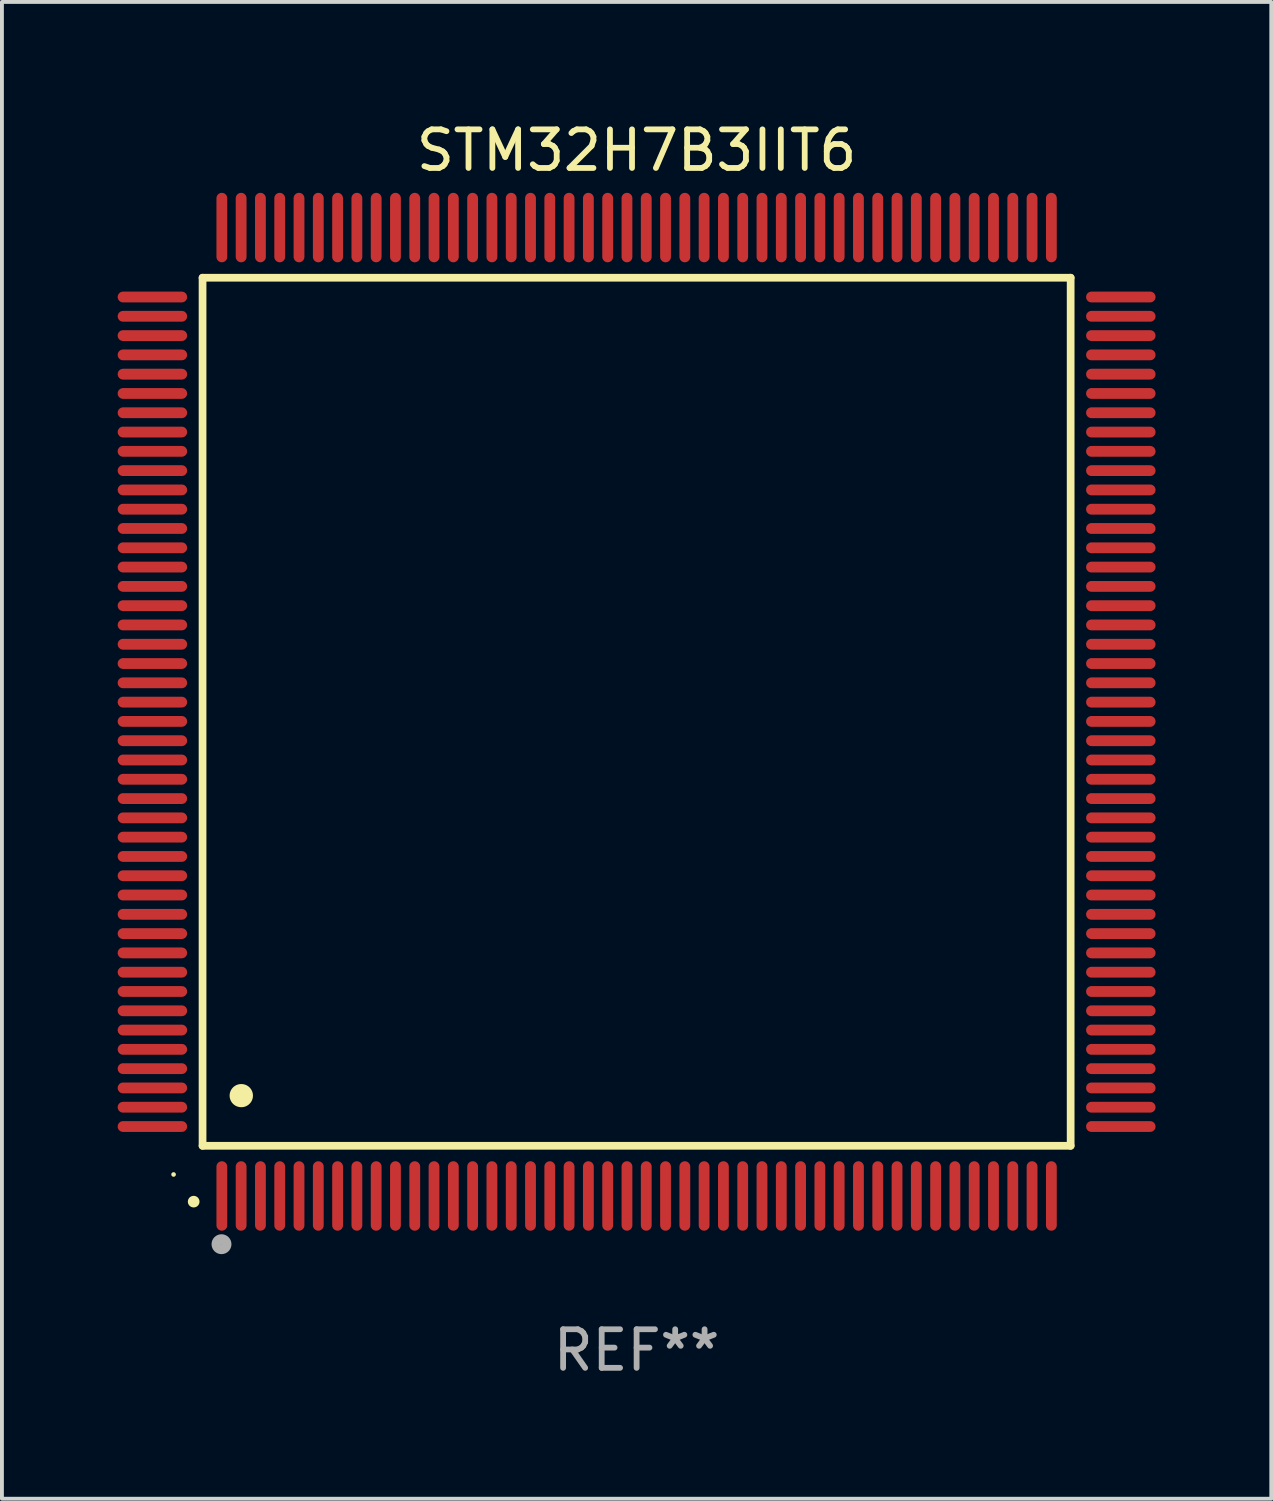
<source format=kicad_pcb>
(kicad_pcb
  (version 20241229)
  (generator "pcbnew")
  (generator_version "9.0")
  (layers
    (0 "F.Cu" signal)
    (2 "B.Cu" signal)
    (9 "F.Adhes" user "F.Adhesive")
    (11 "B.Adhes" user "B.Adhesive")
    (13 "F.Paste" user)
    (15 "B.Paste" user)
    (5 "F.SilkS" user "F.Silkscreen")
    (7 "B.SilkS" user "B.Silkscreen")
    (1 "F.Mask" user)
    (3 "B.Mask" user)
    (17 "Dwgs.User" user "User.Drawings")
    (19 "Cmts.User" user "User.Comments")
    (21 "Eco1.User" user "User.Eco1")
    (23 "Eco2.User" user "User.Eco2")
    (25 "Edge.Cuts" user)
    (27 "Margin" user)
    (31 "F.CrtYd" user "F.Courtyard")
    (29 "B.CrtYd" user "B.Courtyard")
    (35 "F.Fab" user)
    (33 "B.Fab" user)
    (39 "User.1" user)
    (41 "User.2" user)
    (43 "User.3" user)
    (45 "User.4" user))
  (footprint "STM32H7B3IIT6"
    (layer "F.Cu")
    (at 13.45 15.398)
    (property "Reference" "STM32H7B3IIT6" (at 0 -14.55 0) (layer "F.SilkS") (effects (font (size 1 1) (thickness 0.15))))
    (attr through_hole)
    (fp_line (start -11.25 -11.25) (end 11.25 -11.25) (stroke (width 0.2) (type solid)) (layer "F.SilkS"))
    (fp_line (start -11.25 11.25) (end -11.25 -11.25) (stroke (width 0.2) (type solid)) (layer "F.SilkS"))
    (fp_line (start 11.25 -11.25) (end 11.25 11.25) (stroke (width 0.2) (type solid)) (layer "F.SilkS"))
    (fp_line (start 11.25 11.25) (end -11.25 11.25) (stroke (width 0.2) (type solid)) (layer "F.SilkS"))
    (fp_arc (start -11.481382 12.697206) (mid -11.480112 12.697201) (end -11.478842 12.697206) (stroke (width 0.3) (type solid)) (layer "F.SilkS"))
    (fp_arc (start -10.24892 9.9492) (mid -10.24638 9.949189) (end -10.24384 9.9492) (stroke (width 0.6) (type solid)) (layer "F.SilkS"))
    (fp_circle (center -12.001 11.993) (end -11.971 11.993) (stroke (width 0.06) (type solid)) (fill no) (layer "F.SilkS"))
    (fp_circle (center -10.759 13.8) (end -10.628 13.8) (stroke (width 0.254) (type solid)) (fill no) (layer "F.Fab"))
    (fp_text user "REF**" (at 0 16.55 0) (layer "F.Fab") (effects (font (size 1 1) (thickness 0.15))))
    (pad "1" smd oval (at -10.75 12.55 180) (size 0.28 1.8) (layers "F.Cu" "F.Mask" "F.Paste"))
    (pad "2" smd oval (at -10.25 12.55 180) (size 0.28 1.8) (layers "F.Cu" "F.Mask" "F.Paste"))
    (pad "3" smd oval (at -9.75 12.55 180) (size 0.28 1.8) (layers "F.Cu" "F.Mask" "F.Paste"))
    (pad "4" smd oval (at -9.25 12.55 180) (size 0.28 1.8) (layers "F.Cu" "F.Mask" "F.Paste"))
    (pad "5" smd oval (at -8.75 12.55 180) (size 0.28 1.8) (layers "F.Cu" "F.Mask" "F.Paste"))
    (pad "6" smd oval (at -8.25 12.55 180) (size 0.28 1.8) (layers "F.Cu" "F.Mask" "F.Paste"))
    (pad "7" smd oval (at -7.75 12.55 180) (size 0.28 1.8) (layers "F.Cu" "F.Mask" "F.Paste"))
    (pad "8" smd oval (at -7.25 12.55 180) (size 0.28 1.8) (layers "F.Cu" "F.Mask" "F.Paste"))
    (pad "9" smd oval (at -6.75 12.55 180) (size 0.28 1.8) (layers "F.Cu" "F.Mask" "F.Paste"))
    (pad "10" smd oval (at -6.25 12.55 180) (size 0.28 1.8) (layers "F.Cu" "F.Mask" "F.Paste"))
    (pad "11" smd oval (at -5.75 12.55 180) (size 0.28 1.8) (layers "F.Cu" "F.Mask" "F.Paste"))
    (pad "12" smd oval (at -5.25 12.55 180) (size 0.28 1.8) (layers "F.Cu" "F.Mask" "F.Paste"))
    (pad "13" smd oval (at -4.75 12.55 180) (size 0.28 1.8) (layers "F.Cu" "F.Mask" "F.Paste"))
    (pad "14" smd oval (at -4.25 12.55 180) (size 0.28 1.8) (layers "F.Cu" "F.Mask" "F.Paste"))
    (pad "15" smd oval (at -3.75 12.55 180) (size 0.28 1.8) (layers "F.Cu" "F.Mask" "F.Paste"))
    (pad "16" smd oval (at -3.25 12.55 180) (size 0.28 1.8) (layers "F.Cu" "F.Mask" "F.Paste"))
    (pad "17" smd oval (at -2.75 12.55 180) (size 0.28 1.8) (layers "F.Cu" "F.Mask" "F.Paste"))
    (pad "18" smd oval (at -2.25 12.55 180) (size 0.28 1.8) (layers "F.Cu" "F.Mask" "F.Paste"))
    (pad "19" smd oval (at -1.75 12.55 180) (size 0.28 1.8) (layers "F.Cu" "F.Mask" "F.Paste"))
    (pad "20" smd oval (at -1.25 12.55 180) (size 0.28 1.8) (layers "F.Cu" "F.Mask" "F.Paste"))
    (pad "21" smd oval (at -0.75 12.55 180) (size 0.28 1.8) (layers "F.Cu" "F.Mask" "F.Paste"))
    (pad "22" smd oval (at -0.25 12.55 180) (size 0.28 1.8) (layers "F.Cu" "F.Mask" "F.Paste"))
    (pad "23" smd oval (at 0.25 12.55 180) (size 0.28 1.8) (layers "F.Cu" "F.Mask" "F.Paste"))
    (pad "24" smd oval (at 0.75 12.55 180) (size 0.28 1.8) (layers "F.Cu" "F.Mask" "F.Paste"))
    (pad "25" smd oval (at 1.25 12.55 180) (size 0.28 1.8) (layers "F.Cu" "F.Mask" "F.Paste"))
    (pad "26" smd oval (at 1.75 12.55 180) (size 0.28 1.8) (layers "F.Cu" "F.Mask" "F.Paste"))
    (pad "27" smd oval (at 2.25 12.55 180) (size 0.28 1.8) (layers "F.Cu" "F.Mask" "F.Paste"))
    (pad "28" smd oval (at 2.75 12.55 180) (size 0.28 1.8) (layers "F.Cu" "F.Mask" "F.Paste"))
    (pad "29" smd oval (at 3.25 12.55 180) (size 0.28 1.8) (layers "F.Cu" "F.Mask" "F.Paste"))
    (pad "30" smd oval (at 3.75 12.55 180) (size 0.28 1.8) (layers "F.Cu" "F.Mask" "F.Paste"))
    (pad "31" smd oval (at 4.25 12.55 180) (size 0.28 1.8) (layers "F.Cu" "F.Mask" "F.Paste"))
    (pad "32" smd oval (at 4.75 12.55 180) (size 0.28 1.8) (layers "F.Cu" "F.Mask" "F.Paste"))
    (pad "33" smd oval (at 5.25 12.55 180) (size 0.28 1.8) (layers "F.Cu" "F.Mask" "F.Paste"))
    (pad "34" smd oval (at 5.75 12.55 180) (size 0.28 1.8) (layers "F.Cu" "F.Mask" "F.Paste"))
    (pad "35" smd oval (at 6.25 12.55 180) (size 0.28 1.8) (layers "F.Cu" "F.Mask" "F.Paste"))
    (pad "36" smd oval (at 6.75 12.55 180) (size 0.28 1.8) (layers "F.Cu" "F.Mask" "F.Paste"))
    (pad "37" smd oval (at 7.25 12.55 180) (size 0.28 1.8) (layers "F.Cu" "F.Mask" "F.Paste"))
    (pad "38" smd oval (at 7.75 12.55 180) (size 0.28 1.8) (layers "F.Cu" "F.Mask" "F.Paste"))
    (pad "39" smd oval (at 8.25 12.55 180) (size 0.28 1.8) (layers "F.Cu" "F.Mask" "F.Paste"))
    (pad "40" smd oval (at 8.75 12.55 180) (size 0.28 1.8) (layers "F.Cu" "F.Mask" "F.Paste"))
    (pad "41" smd oval (at 9.25 12.55 180) (size 0.28 1.8) (layers "F.Cu" "F.Mask" "F.Paste"))
    (pad "42" smd oval (at 9.75 12.55 180) (size 0.28 1.8) (layers "F.Cu" "F.Mask" "F.Paste"))
    (pad "43" smd oval (at 10.25 12.55 180) (size 0.28 1.8) (layers "F.Cu" "F.Mask" "F.Paste"))
    (pad "44" smd oval (at 10.75 12.55 180) (size 0.28 1.8) (layers "F.Cu" "F.Mask" "F.Paste"))
    (pad "45" smd oval (at 12.55 10.75 90) (size 0.28 1.8) (layers "F.Cu" "F.Mask" "F.Paste"))
    (pad "46" smd oval (at 12.55 10.25 90) (size 0.28 1.8) (layers "F.Cu" "F.Mask" "F.Paste"))
    (pad "47" smd oval (at 12.55 9.75 90) (size 0.28 1.8) (layers "F.Cu" "F.Mask" "F.Paste"))
    (pad "48" smd oval (at 12.55 9.25 90) (size 0.28 1.8) (layers "F.Cu" "F.Mask" "F.Paste"))
    (pad "49" smd oval (at 12.55 8.75 90) (size 0.28 1.8) (layers "F.Cu" "F.Mask" "F.Paste"))
    (pad "50" smd oval (at 12.55 8.25 90) (size 0.28 1.8) (layers "F.Cu" "F.Mask" "F.Paste"))
    (pad "51" smd oval (at 12.55 7.75 90) (size 0.28 1.8) (layers "F.Cu" "F.Mask" "F.Paste"))
    (pad "52" smd oval (at 12.55 7.25 90) (size 0.28 1.8) (layers "F.Cu" "F.Mask" "F.Paste"))
    (pad "53" smd oval (at 12.55 6.75 90) (size 0.28 1.8) (layers "F.Cu" "F.Mask" "F.Paste"))
    (pad "54" smd oval (at 12.55 6.25 90) (size 0.28 1.8) (layers "F.Cu" "F.Mask" "F.Paste"))
    (pad "55" smd oval (at 12.55 5.75 90) (size 0.28 1.8) (layers "F.Cu" "F.Mask" "F.Paste"))
    (pad "56" smd oval (at 12.55 5.25 90) (size 0.28 1.8) (layers "F.Cu" "F.Mask" "F.Paste"))
    (pad "57" smd oval (at 12.55 4.75 90) (size 0.28 1.8) (layers "F.Cu" "F.Mask" "F.Paste"))
    (pad "58" smd oval (at 12.55 4.25 90) (size 0.28 1.8) (layers "F.Cu" "F.Mask" "F.Paste"))
    (pad "59" smd oval (at 12.55 3.75 90) (size 0.28 1.8) (layers "F.Cu" "F.Mask" "F.Paste"))
    (pad "60" smd oval (at 12.55 3.25 90) (size 0.28 1.8) (layers "F.Cu" "F.Mask" "F.Paste"))
    (pad "61" smd oval (at 12.55 2.75 90) (size 0.28 1.8) (layers "F.Cu" "F.Mask" "F.Paste"))
    (pad "62" smd oval (at 12.55 2.25 90) (size 0.28 1.8) (layers "F.Cu" "F.Mask" "F.Paste"))
    (pad "63" smd oval (at 12.55 1.75 90) (size 0.28 1.8) (layers "F.Cu" "F.Mask" "F.Paste"))
    (pad "64" smd oval (at 12.55 1.25 90) (size 0.28 1.8) (layers "F.Cu" "F.Mask" "F.Paste"))
    (pad "65" smd oval (at 12.55 0.75 90) (size 0.28 1.8) (layers "F.Cu" "F.Mask" "F.Paste"))
    (pad "66" smd oval (at 12.55 0.25 90) (size 0.28 1.8) (layers "F.Cu" "F.Mask" "F.Paste"))
    (pad "67" smd oval (at 12.55 -0.25 90) (size 0.28 1.8) (layers "F.Cu" "F.Mask" "F.Paste"))
    (pad "68" smd oval (at 12.55 -0.75 90) (size 0.28 1.8) (layers "F.Cu" "F.Mask" "F.Paste"))
    (pad "69" smd oval (at 12.55 -1.25 90) (size 0.28 1.8) (layers "F.Cu" "F.Mask" "F.Paste"))
    (pad "70" smd oval (at 12.55 -1.75 90) (size 0.28 1.8) (layers "F.Cu" "F.Mask" "F.Paste"))
    (pad "71" smd oval (at 12.55 -2.25 90) (size 0.28 1.8) (layers "F.Cu" "F.Mask" "F.Paste"))
    (pad "72" smd oval (at 12.55 -2.75 90) (size 0.28 1.8) (layers "F.Cu" "F.Mask" "F.Paste"))
    (pad "73" smd oval (at 12.55 -3.25 90) (size 0.28 1.8) (layers "F.Cu" "F.Mask" "F.Paste"))
    (pad "74" smd oval (at 12.55 -3.75 90) (size 0.28 1.8) (layers "F.Cu" "F.Mask" "F.Paste"))
    (pad "75" smd oval (at 12.55 -4.25 90) (size 0.28 1.8) (layers "F.Cu" "F.Mask" "F.Paste"))
    (pad "76" smd oval (at 12.55 -4.75 90) (size 0.28 1.8) (layers "F.Cu" "F.Mask" "F.Paste"))
    (pad "77" smd oval (at 12.55 -5.25 90) (size 0.28 1.8) (layers "F.Cu" "F.Mask" "F.Paste"))
    (pad "78" smd oval (at 12.55 -5.75 90) (size 0.28 1.8) (layers "F.Cu" "F.Mask" "F.Paste"))
    (pad "79" smd oval (at 12.55 -6.25 90) (size 0.28 1.8) (layers "F.Cu" "F.Mask" "F.Paste"))
    (pad "80" smd oval (at 12.55 -6.75 90) (size 0.28 1.8) (layers "F.Cu" "F.Mask" "F.Paste"))
    (pad "81" smd oval (at 12.55 -7.25 90) (size 0.28 1.8) (layers "F.Cu" "F.Mask" "F.Paste"))
    (pad "82" smd oval (at 12.55 -7.75 90) (size 0.28 1.8) (layers "F.Cu" "F.Mask" "F.Paste"))
    (pad "83" smd oval (at 12.55 -8.25 90) (size 0.28 1.8) (layers "F.Cu" "F.Mask" "F.Paste"))
    (pad "84" smd oval (at 12.55 -8.75 90) (size 0.28 1.8) (layers "F.Cu" "F.Mask" "F.Paste"))
    (pad "85" smd oval (at 12.55 -9.25 90) (size 0.28 1.8) (layers "F.Cu" "F.Mask" "F.Paste"))
    (pad "86" smd oval (at 12.55 -9.75 90) (size 0.28 1.8) (layers "F.Cu" "F.Mask" "F.Paste"))
    (pad "87" smd oval (at 12.55 -10.25 90) (size 0.28 1.8) (layers "F.Cu" "F.Mask" "F.Paste"))
    (pad "88" smd oval (at 12.55 -10.75 90) (size 0.28 1.8) (layers "F.Cu" "F.Mask" "F.Paste"))
    (pad "89" smd oval (at 10.75 -12.55 180) (size 0.28 1.8) (layers "F.Cu" "F.Mask" "F.Paste"))
    (pad "90" smd oval (at 10.25 -12.55 180) (size 0.28 1.8) (layers "F.Cu" "F.Mask" "F.Paste"))
    (pad "91" smd oval (at 9.75 -12.55 180) (size 0.28 1.8) (layers "F.Cu" "F.Mask" "F.Paste"))
    (pad "92" smd oval (at 9.25 -12.55 180) (size 0.28 1.8) (layers "F.Cu" "F.Mask" "F.Paste"))
    (pad "93" smd oval (at 8.75 -12.55 180) (size 0.28 1.8) (layers "F.Cu" "F.Mask" "F.Paste"))
    (pad "94" smd oval (at 8.25 -12.55 180) (size 0.28 1.8) (layers "F.Cu" "F.Mask" "F.Paste"))
    (pad "95" smd oval (at 7.75 -12.55 180) (size 0.28 1.8) (layers "F.Cu" "F.Mask" "F.Paste"))
    (pad "96" smd oval (at 7.25 -12.55 180) (size 0.28 1.8) (layers "F.Cu" "F.Mask" "F.Paste"))
    (pad "97" smd oval (at 6.75 -12.55 180) (size 0.28 1.8) (layers "F.Cu" "F.Mask" "F.Paste"))
    (pad "98" smd oval (at 6.25 -12.55 180) (size 0.28 1.8) (layers "F.Cu" "F.Mask" "F.Paste"))
    (pad "99" smd oval (at 5.75 -12.55 180) (size 0.28 1.8) (layers "F.Cu" "F.Mask" "F.Paste"))
    (pad "100" smd oval (at 5.25 -12.55 180) (size 0.28 1.8) (layers "F.Cu" "F.Mask" "F.Paste"))
    (pad "101" smd oval (at 4.75 -12.55 180) (size 0.28 1.8) (layers "F.Cu" "F.Mask" "F.Paste"))
    (pad "102" smd oval (at 4.25 -12.55 180) (size 0.28 1.8) (layers "F.Cu" "F.Mask" "F.Paste"))
    (pad "103" smd oval (at 3.75 -12.55 180) (size 0.28 1.8) (layers "F.Cu" "F.Mask" "F.Paste"))
    (pad "104" smd oval (at 3.25 -12.55 180) (size 0.28 1.8) (layers "F.Cu" "F.Mask" "F.Paste"))
    (pad "105" smd oval (at 2.75 -12.55 180) (size 0.28 1.8) (layers "F.Cu" "F.Mask" "F.Paste"))
    (pad "106" smd oval (at 2.25 -12.55 180) (size 0.28 1.8) (layers "F.Cu" "F.Mask" "F.Paste"))
    (pad "107" smd oval (at 1.75 -12.55 180) (size 0.28 1.8) (layers "F.Cu" "F.Mask" "F.Paste"))
    (pad "108" smd oval (at 1.25 -12.55 180) (size 0.28 1.8) (layers "F.Cu" "F.Mask" "F.Paste"))
    (pad "109" smd oval (at 0.75 -12.55 180) (size 0.28 1.8) (layers "F.Cu" "F.Mask" "F.Paste"))
    (pad "110" smd oval (at 0.25 -12.55 180) (size 0.28 1.8) (layers "F.Cu" "F.Mask" "F.Paste"))
    (pad "111" smd oval (at -0.25 -12.55 180) (size 0.28 1.8) (layers "F.Cu" "F.Mask" "F.Paste"))
    (pad "112" smd oval (at -0.75 -12.55 180) (size 0.28 1.8) (layers "F.Cu" "F.Mask" "F.Paste"))
    (pad "113" smd oval (at -1.25 -12.55 180) (size 0.28 1.8) (layers "F.Cu" "F.Mask" "F.Paste"))
    (pad "114" smd oval (at -1.75 -12.55 180) (size 0.28 1.8) (layers "F.Cu" "F.Mask" "F.Paste"))
    (pad "115" smd oval (at -2.25 -12.55 180) (size 0.28 1.8) (layers "F.Cu" "F.Mask" "F.Paste"))
    (pad "116" smd oval (at -2.75 -12.55 180) (size 0.28 1.8) (layers "F.Cu" "F.Mask" "F.Paste"))
    (pad "117" smd oval (at -3.25 -12.55 180) (size 0.28 1.8) (layers "F.Cu" "F.Mask" "F.Paste"))
    (pad "118" smd oval (at -3.75 -12.55 180) (size 0.28 1.8) (layers "F.Cu" "F.Mask" "F.Paste"))
    (pad "119" smd oval (at -4.25 -12.55 180) (size 0.28 1.8) (layers "F.Cu" "F.Mask" "F.Paste"))
    (pad "120" smd oval (at -4.75 -12.55 180) (size 0.28 1.8) (layers "F.Cu" "F.Mask" "F.Paste"))
    (pad "121" smd oval (at -5.25 -12.55 180) (size 0.28 1.8) (layers "F.Cu" "F.Mask" "F.Paste"))
    (pad "122" smd oval (at -5.75 -12.55 180) (size 0.28 1.8) (layers "F.Cu" "F.Mask" "F.Paste"))
    (pad "123" smd oval (at -6.25 -12.55 180) (size 0.28 1.8) (layers "F.Cu" "F.Mask" "F.Paste"))
    (pad "124" smd oval (at -6.75 -12.55 180) (size 0.28 1.8) (layers "F.Cu" "F.Mask" "F.Paste"))
    (pad "125" smd oval (at -7.25 -12.55 180) (size 0.28 1.8) (layers "F.Cu" "F.Mask" "F.Paste"))
    (pad "126" smd oval (at -7.75 -12.55 180) (size 0.28 1.8) (layers "F.Cu" "F.Mask" "F.Paste"))
    (pad "127" smd oval (at -8.25 -12.55 180) (size 0.28 1.8) (layers "F.Cu" "F.Mask" "F.Paste"))
    (pad "128" smd oval (at -8.75 -12.55 180) (size 0.28 1.8) (layers "F.Cu" "F.Mask" "F.Paste"))
    (pad "129" smd oval (at -9.25 -12.55 180) (size 0.28 1.8) (layers "F.Cu" "F.Mask" "F.Paste"))
    (pad "130" smd oval (at -9.75 -12.55 180) (size 0.28 1.8) (layers "F.Cu" "F.Mask" "F.Paste"))
    (pad "131" smd oval (at -10.25 -12.55 180) (size 0.28 1.8) (layers "F.Cu" "F.Mask" "F.Paste"))
    (pad "132" smd oval (at -10.75 -12.55 180) (size 0.28 1.8) (layers "F.Cu" "F.Mask" "F.Paste"))
    (pad "133" smd oval (at -12.55 -10.75 90) (size 0.28 1.8) (layers "F.Cu" "F.Mask" "F.Paste"))
    (pad "134" smd oval (at -12.55 -10.25 90) (size 0.28 1.8) (layers "F.Cu" "F.Mask" "F.Paste"))
    (pad "135" smd oval (at -12.55 -9.75 90) (size 0.28 1.8) (layers "F.Cu" "F.Mask" "F.Paste"))
    (pad "136" smd oval (at -12.55 -9.25 90) (size 0.28 1.8) (layers "F.Cu" "F.Mask" "F.Paste"))
    (pad "137" smd oval (at -12.55 -8.75 90) (size 0.28 1.8) (layers "F.Cu" "F.Mask" "F.Paste"))
    (pad "138" smd oval (at -12.55 -8.25 90) (size 0.28 1.8) (layers "F.Cu" "F.Mask" "F.Paste"))
    (pad "139" smd oval (at -12.55 -7.75 90) (size 0.28 1.8) (layers "F.Cu" "F.Mask" "F.Paste"))
    (pad "140" smd oval (at -12.55 -7.25 90) (size 0.28 1.8) (layers "F.Cu" "F.Mask" "F.Paste"))
    (pad "141" smd oval (at -12.55 -6.75 90) (size 0.28 1.8) (layers "F.Cu" "F.Mask" "F.Paste"))
    (pad "142" smd oval (at -12.55 -6.25 90) (size 0.28 1.8) (layers "F.Cu" "F.Mask" "F.Paste"))
    (pad "143" smd oval (at -12.55 -5.75 90) (size 0.28 1.8) (layers "F.Cu" "F.Mask" "F.Paste"))
    (pad "144" smd oval (at -12.55 -5.25 90) (size 0.28 1.8) (layers "F.Cu" "F.Mask" "F.Paste"))
    (pad "145" smd oval (at -12.55 -4.75 90) (size 0.28 1.8) (layers "F.Cu" "F.Mask" "F.Paste"))
    (pad "146" smd oval (at -12.55 -4.25 90) (size 0.28 1.8) (layers "F.Cu" "F.Mask" "F.Paste"))
    (pad "147" smd oval (at -12.55 -3.75 90) (size 0.28 1.8) (layers "F.Cu" "F.Mask" "F.Paste"))
    (pad "148" smd oval (at -12.55 -3.25 90) (size 0.28 1.8) (layers "F.Cu" "F.Mask" "F.Paste"))
    (pad "149" smd oval (at -12.55 -2.75 90) (size 0.28 1.8) (layers "F.Cu" "F.Mask" "F.Paste"))
    (pad "150" smd oval (at -12.55 -2.25 90) (size 0.28 1.8) (layers "F.Cu" "F.Mask" "F.Paste"))
    (pad "151" smd oval (at -12.55 -1.75 90) (size 0.28 1.8) (layers "F.Cu" "F.Mask" "F.Paste"))
    (pad "152" smd oval (at -12.55 -1.25 90) (size 0.28 1.8) (layers "F.Cu" "F.Mask" "F.Paste"))
    (pad "153" smd oval (at -12.55 -0.75 90) (size 0.28 1.8) (layers "F.Cu" "F.Mask" "F.Paste"))
    (pad "154" smd oval (at -12.55 -0.25 90) (size 0.28 1.8) (layers "F.Cu" "F.Mask" "F.Paste"))
    (pad "155" smd oval (at -12.55 0.25 90) (size 0.28 1.8) (layers "F.Cu" "F.Mask" "F.Paste"))
    (pad "156" smd oval (at -12.55 0.75 90) (size 0.28 1.8) (layers "F.Cu" "F.Mask" "F.Paste"))
    (pad "157" smd oval (at -12.55 1.25 90) (size 0.28 1.8) (layers "F.Cu" "F.Mask" "F.Paste"))
    (pad "158" smd oval (at -12.55 1.75 90) (size 0.28 1.8) (layers "F.Cu" "F.Mask" "F.Paste"))
    (pad "159" smd oval (at -12.55 2.25 90) (size 0.28 1.8) (layers "F.Cu" "F.Mask" "F.Paste"))
    (pad "160" smd oval (at -12.55 2.75 90) (size 0.28 1.8) (layers "F.Cu" "F.Mask" "F.Paste"))
    (pad "161" smd oval (at -12.55 3.25 90) (size 0.28 1.8) (layers "F.Cu" "F.Mask" "F.Paste"))
    (pad "162" smd oval (at -12.55 3.75 90) (size 0.28 1.8) (layers "F.Cu" "F.Mask" "F.Paste"))
    (pad "163" smd oval (at -12.55 4.25 90) (size 0.28 1.8) (layers "F.Cu" "F.Mask" "F.Paste"))
    (pad "164" smd oval (at -12.55 4.75 90) (size 0.28 1.8) (layers "F.Cu" "F.Mask" "F.Paste"))
    (pad "165" smd oval (at -12.55 5.25 90) (size 0.28 1.8) (layers "F.Cu" "F.Mask" "F.Paste"))
    (pad "166" smd oval (at -12.55 5.75 90) (size 0.28 1.8) (layers "F.Cu" "F.Mask" "F.Paste"))
    (pad "167" smd oval (at -12.55 6.25 90) (size 0.28 1.8) (layers "F.Cu" "F.Mask" "F.Paste"))
    (pad "168" smd oval (at -12.55 6.75 90) (size 0.28 1.8) (layers "F.Cu" "F.Mask" "F.Paste"))
    (pad "169" smd oval (at -12.55 7.25 90) (size 0.28 1.8) (layers "F.Cu" "F.Mask" "F.Paste"))
    (pad "170" smd oval (at -12.55 7.75 90) (size 0.28 1.8) (layers "F.Cu" "F.Mask" "F.Paste"))
    (pad "171" smd oval (at -12.55 8.25 90) (size 0.28 1.8) (layers "F.Cu" "F.Mask" "F.Paste"))
    (pad "172" smd oval (at -12.55 8.75 90) (size 0.28 1.8) (layers "F.Cu" "F.Mask" "F.Paste"))
    (pad "173" smd oval (at -12.55 9.25 90) (size 0.28 1.8) (layers "F.Cu" "F.Mask" "F.Paste"))
    (pad "174" smd oval (at -12.55 9.75 90) (size 0.28 1.8) (layers "F.Cu" "F.Mask" "F.Paste"))
    (pad "175" smd oval (at -12.55 10.25 90) (size 0.28 1.8) (layers "F.Cu" "F.Mask" "F.Paste"))
    (pad "176" smd oval (at -12.55 10.75 90) (size 0.28 1.8) (layers "F.Cu" "F.Mask" "F.Paste")))
  (gr_rect
    (start -3 -3)
    (end 29.9 35.796)
    (stroke (width 0.1) (type default))
    (fill no)
    (layer "Edge.Cuts")))
</source>
